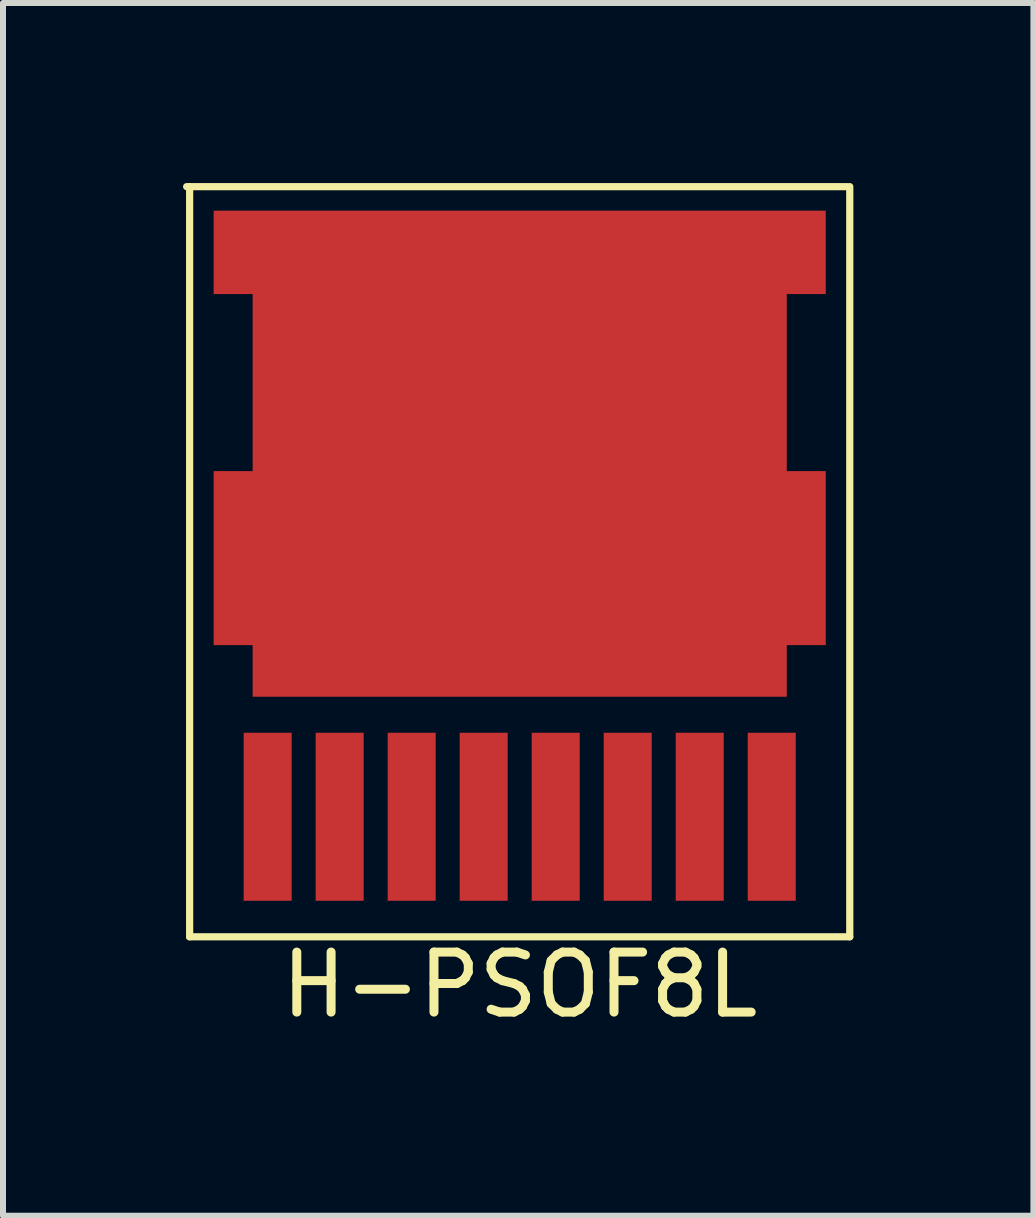
<source format=kicad_pcb>
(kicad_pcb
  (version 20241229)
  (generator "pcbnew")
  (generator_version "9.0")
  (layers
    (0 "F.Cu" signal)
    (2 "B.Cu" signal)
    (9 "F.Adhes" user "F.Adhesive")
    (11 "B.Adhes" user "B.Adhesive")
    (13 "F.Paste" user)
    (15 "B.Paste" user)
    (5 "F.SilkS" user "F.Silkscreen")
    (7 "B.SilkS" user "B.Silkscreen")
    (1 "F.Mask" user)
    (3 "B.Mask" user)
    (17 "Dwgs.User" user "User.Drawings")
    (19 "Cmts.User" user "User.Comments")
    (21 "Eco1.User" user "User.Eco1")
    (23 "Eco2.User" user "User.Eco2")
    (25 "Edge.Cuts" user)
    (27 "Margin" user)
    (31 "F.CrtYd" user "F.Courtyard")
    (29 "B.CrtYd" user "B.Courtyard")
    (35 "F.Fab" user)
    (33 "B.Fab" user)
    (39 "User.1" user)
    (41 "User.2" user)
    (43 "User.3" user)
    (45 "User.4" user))
  (footprint "H-PSOF8L"
    (layer "F.Cu")
    (at 5.61 8.56)
    (property "Reference" "H-PSOF8L" (at 0 4.8 0) (layer "F.SilkS") (effects (font (size 1 1) (thickness 0.15))))
    (attr smd)
    (fp_line (start -5.55 -8.5) (end 5.45 -8.5) (stroke (width 0.12) (type solid)) (layer "F.SilkS"))
    (fp_line (start -5.5 -8.5) (end -5.5 4) (stroke (width 0.12) (type solid)) (layer "F.SilkS"))
    (fp_line (start 5.5 -8.5) (end 5.5 4) (stroke (width 0.12) (type solid)) (layer "F.SilkS"))
    (fp_line (start 5.5 4) (end -5.5 4) (stroke (width 0.12) (type solid)) (layer "F.SilkS"))
    (fp_poly (pts (xy -0.4 -4.3) (xy -3.7 -4.3) (xy -3.7 -7.2) (xy -0.4 -7.2)) (stroke (width 0.1) (type solid)) (fill yes) (layer "F.Paste"))
    (fp_poly (pts (xy -0.4 -0.8) (xy -3.7 -0.8) (xy -3.7 -3.7) (xy -0.4 -3.7)) (stroke (width 0.1) (type solid)) (fill yes) (layer "F.Paste"))
    (fp_poly (pts (xy 3.7 -4.3) (xy 0.4 -4.3) (xy 0.4 -7.2) (xy 3.7 -7.2)) (stroke (width 0.1) (type solid)) (fill yes) (layer "F.Paste"))
    (fp_poly (pts (xy 3.7 -0.8) (xy 0.4 -0.8) (xy 0.4 -3.7) (xy 3.7 -3.7)) (stroke (width 0.1) (type solid)) (fill yes) (layer "F.Paste"))
    (pad "1" smd rect (at -4.2 2) (size 0.8 2.8) (layers "F.Cu" "F.Mask" "F.Paste"))
    (pad "2" smd rect (at -3 2) (size 0.8 2.8) (layers "F.Cu" "F.Mask" "F.Paste"))
    (pad "3" smd rect (at -1.8 2) (size 0.8 2.8) (layers "F.Cu" "F.Mask" "F.Paste"))
    (pad "4" smd rect (at -0.6 2) (size 0.8 2.8) (layers "F.Cu" "F.Mask" "F.Paste"))
    (pad "5" smd rect (at 0.6 2) (size 0.8 2.8) (layers "F.Cu" "F.Mask" "F.Paste"))
    (pad "6" smd rect (at 1.8 2) (size 0.8 2.8) (layers "F.Cu" "F.Mask" "F.Paste"))
    (pad "7" smd rect (at 3 2) (size 0.8 2.8) (layers "F.Cu" "F.Mask" "F.Paste"))
    (pad "8" smd rect (at 4.2 2) (size 0.8 2.8) (layers "F.Cu" "F.Mask" "F.Paste"))
    (pad "9" smd custom (at 0 -4.05) (size 0.8 3) (layers "F.Cu" "F.Mask") (options (anchor rect)) (primitives (gr_poly (pts (xy 5.1 -4.05) (xy 5.1 -2.66) (xy 4.45 -2.66) (xy 4.45 0.29) (xy 5.1 0.29) (xy 5.1 3.19) (xy 4.45 3.19) (xy 4.45 4.05) (xy -4.45 4.05) (xy -4.45 3.19) (xy -5.1 3.19) (xy -5.1 0.29) (xy -4.45 0.29) (xy -4.45 -2.66) (xy -5.1 -2.66) (xy -5.1 -4.05)) (width 0) (fill yes)))))
  (gr_rect
    (start -3 -3)
    (end 14.17 17.208)
    (stroke (width 0.1) (type default))
    (fill no)
    (layer "Edge.Cuts")))
</source>
